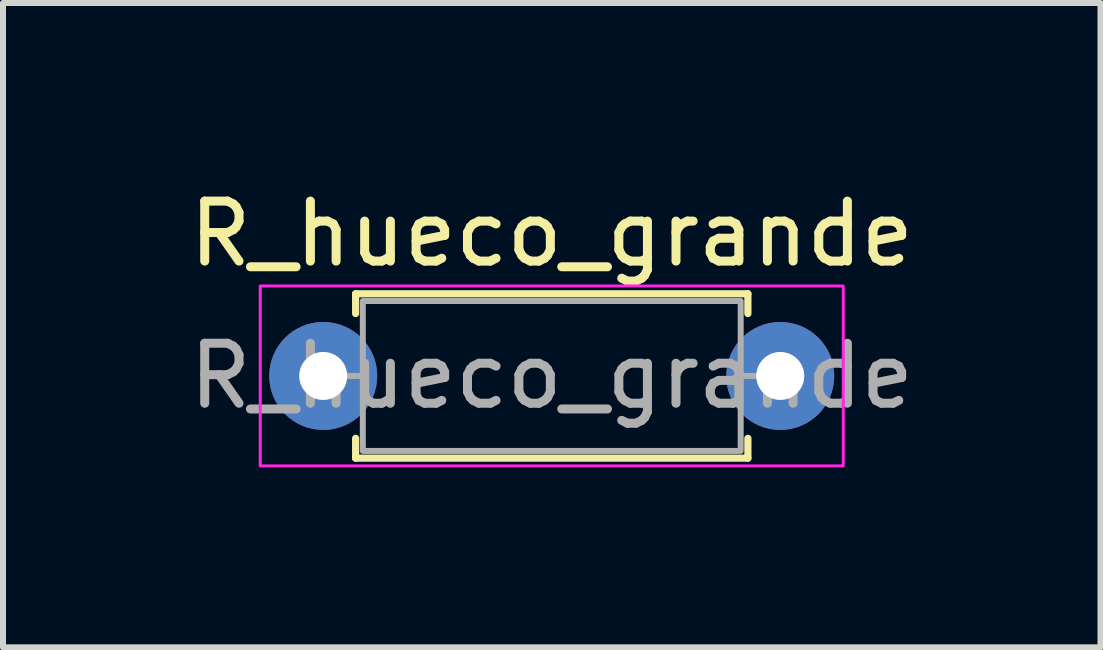
<source format=kicad_pcb>
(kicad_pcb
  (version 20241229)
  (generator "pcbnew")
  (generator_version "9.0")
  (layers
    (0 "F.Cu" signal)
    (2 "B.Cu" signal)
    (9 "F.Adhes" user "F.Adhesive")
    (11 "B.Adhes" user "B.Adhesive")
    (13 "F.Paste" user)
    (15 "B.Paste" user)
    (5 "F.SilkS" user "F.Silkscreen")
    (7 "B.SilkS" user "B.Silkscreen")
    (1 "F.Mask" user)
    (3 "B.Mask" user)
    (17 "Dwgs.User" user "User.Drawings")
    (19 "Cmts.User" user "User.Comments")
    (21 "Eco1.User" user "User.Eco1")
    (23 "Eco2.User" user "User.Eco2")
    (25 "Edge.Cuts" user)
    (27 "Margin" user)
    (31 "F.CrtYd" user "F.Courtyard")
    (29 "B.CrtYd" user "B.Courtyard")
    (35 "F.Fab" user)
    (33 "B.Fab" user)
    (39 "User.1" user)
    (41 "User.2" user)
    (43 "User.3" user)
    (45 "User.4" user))
  (footprint "R_hueco_grande"
    (layer "F.Cu")
    (at 2.339 3.218)
    (property "Reference" "R_hueco_grande" (at 3.81 -2.37 0) (layer "F.SilkS") (effects (font (size 1 1) (thickness 0.15))))
    (attr through_hole)
    (fp_line (start 0.54 -1.37) (end 7.08 -1.37) (stroke (width 0.12) (type solid)) (layer "F.SilkS"))
    (fp_line (start 0.54 -1.04) (end 0.54 -1.37) (stroke (width 0.12) (type solid)) (layer "F.SilkS"))
    (fp_line (start 0.54 1.04) (end 0.54 1.37) (stroke (width 0.12) (type solid)) (layer "F.SilkS"))
    (fp_line (start 0.54 1.37) (end 7.08 1.37) (stroke (width 0.12) (type solid)) (layer "F.SilkS"))
    (fp_line (start 7.08 -1.37) (end 7.08 -1.04) (stroke (width 0.12) (type solid)) (layer "F.SilkS"))
    (fp_line (start 7.08 1.37) (end 7.08 1.04) (stroke (width 0.12) (type solid)) (layer "F.SilkS"))
    (fp_rect (start -1.05 -1.5) (end 8.67 1.5) (stroke (width 0.05) (type solid)) (fill no) (layer "F.CrtYd"))
    (fp_line (start 0 0) (end 0.66 0) (stroke (width 0.1) (type solid)) (layer "F.Fab"))
    (fp_line (start 7.62 0) (end 6.96 0) (stroke (width 0.1) (type solid)) (layer "F.Fab"))
    (fp_rect (start 0.66 -1.25) (end 6.96 1.25) (stroke (width 0.1) (type solid)) (fill no) (layer "F.Fab"))
    (fp_text user "${REFERENCE}" (at 3.81 0 0) (layer "F.Fab") (effects (font (size 1 1) (thickness 0.15))))
    (pad "1" thru_hole circle (at 0 0) (size 1.8 1.8) (drill 0.8) (layers "*.Cu" "*.Mask"))
    (pad "2" thru_hole circle (at 7.62 0) (size 1.8 1.8) (drill 0.8) (layers "*.Cu" "*.Mask")))
  (gr_rect
    (start -3 -3)
    (end 15.298 7.743)
    (stroke (width 0.1) (type default))
    (fill no)
    (layer "Edge.Cuts")))
</source>
